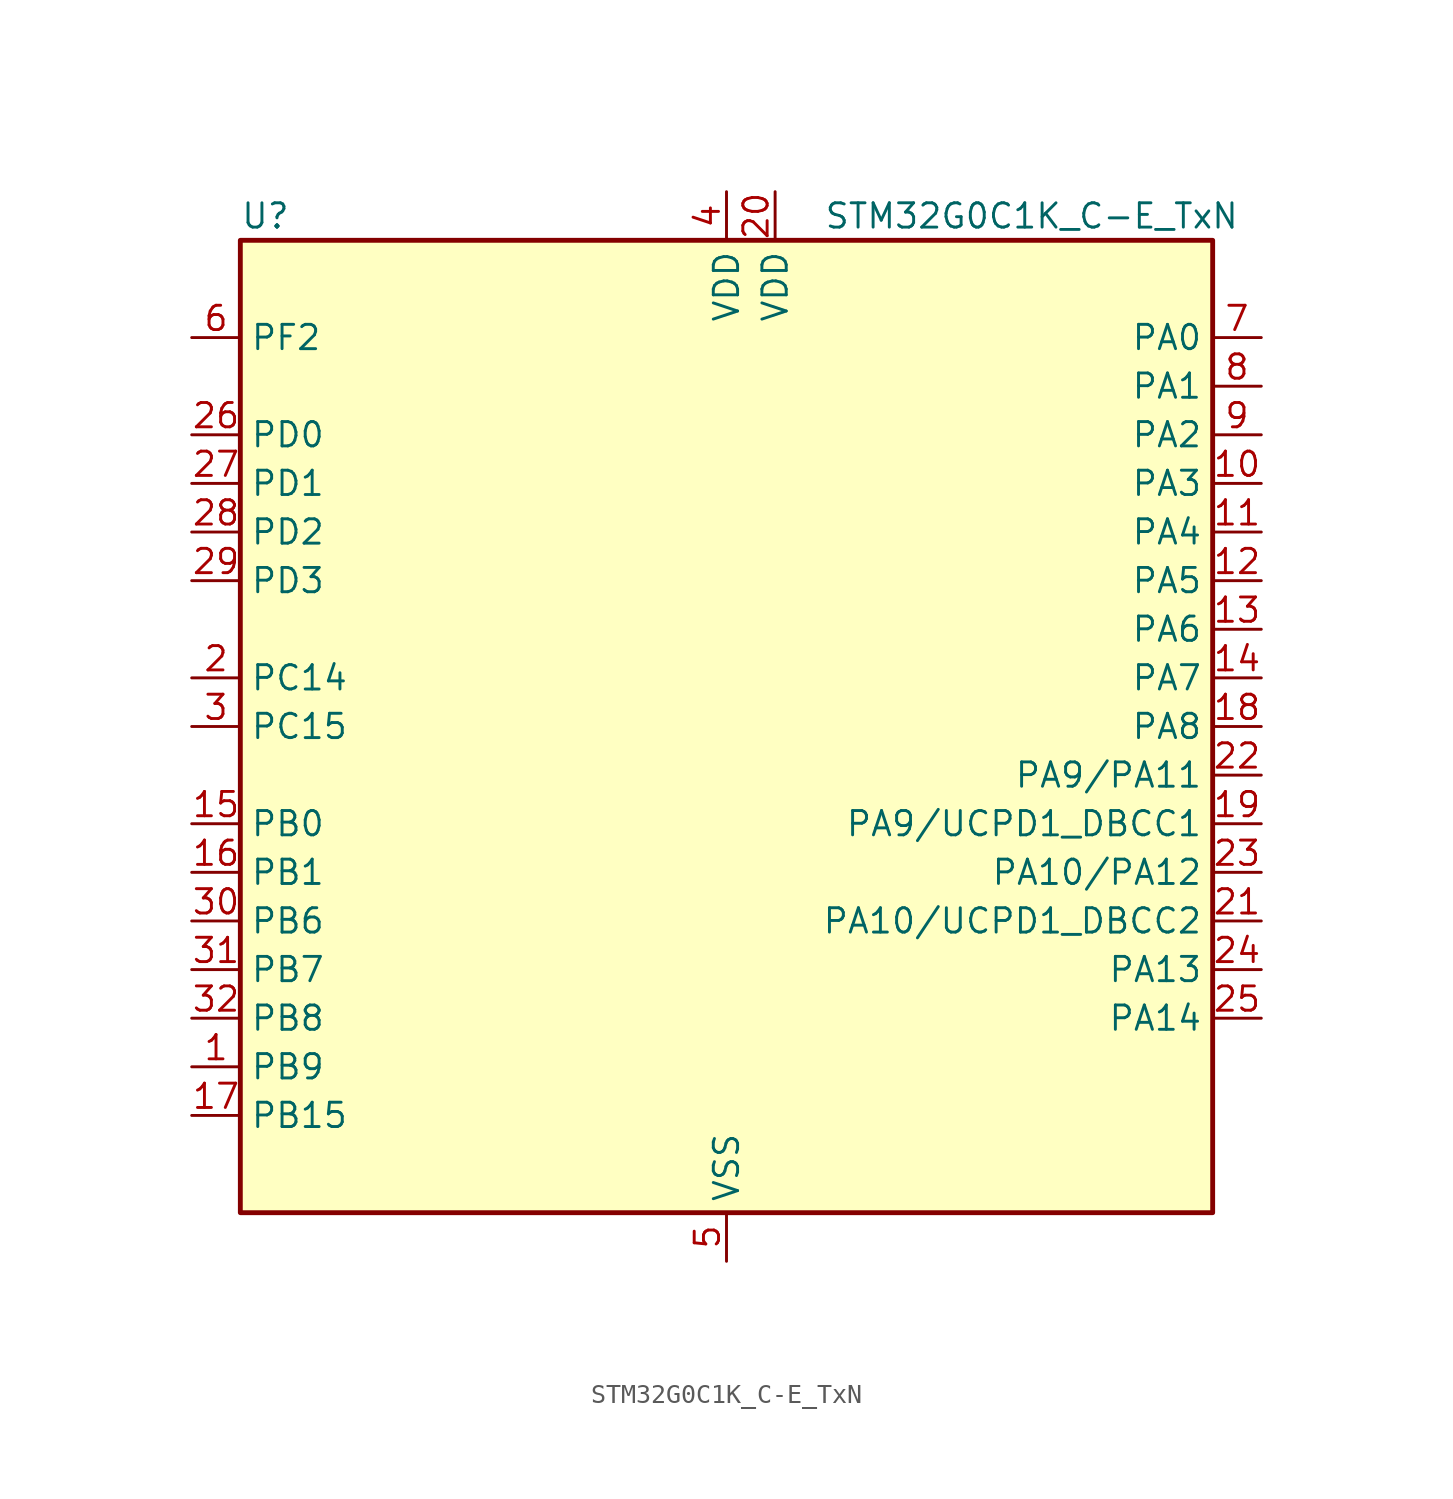
<source format=kicad_sym>
(kicad_symbol_lib
  (version 20231120)
  (generator "kicad-library-utils")
  (generator_version "8.0")
  (symbol "STM32G0C1K_C-E_TxN"
    (property "Reference" "U"
      (at -25.4 26.67 0)
      (effects (font (size 1.27 1.27)) (justify left)))
    (property "Value" "STM32G0C1K_C-E_TxN"
      (at 5.08 26.67 0)
      (effects (font (size 1.27 1.27)) (justify left)))
    (symbol "STM32G0C1K_C-E_TxN_0_1"
      (rectangle (start -25.4 -25.4) (end 25.4 25.4) (stroke (width 0.254) (type default)) (fill (type background))))
    (symbol "STM32G0C1K_C-E_TxN_1_1"
      (pin bidirectional line (at -27.94 -17.78 0) (length 2.54) (name "PB9" (effects (font (size 1.27 1.27)))) (number "1" (effects (font (size 1.27 1.27)))) (alternate "DAC1_EXTI9" bidirectional line) (alternate "FDCAN1_TX" bidirectional line) (alternate "I2C1_SDA" bidirectional line) (alternate "I2S2_WS" bidirectional line) (alternate "IR_OUT" bidirectional line) (alternate "SPI2_NSS" bidirectional line) (alternate "TIM17_CH1" bidirectional line) (alternate "TIM4_CH4" bidirectional line) (alternate "UCPD2_FRSTX1" bidirectional line) (alternate "UCPD2_FRSTX2" bidirectional line) (alternate "USART3_RX" bidirectional line) (alternate "USART6_RX" bidirectional line))
      (pin bidirectional line (at 27.94 12.7 180) (length 2.54) (name "PA3" (effects (font (size 1.27 1.27)))) (number "10" (effects (font (size 1.27 1.27)))) (alternate "ADC1_IN3" bidirectional line) (alternate "COMP2_INP" bidirectional line) (alternate "I2S2_MCK" bidirectional line) (alternate "LPUART1_RX" bidirectional line) (alternate "SPI2_MISO" bidirectional line) (alternate "TIM15_CH2" bidirectional line) (alternate "TIM2_CH4" bidirectional line) (alternate "UCPD2_FRSTX1" bidirectional line) (alternate "UCPD2_FRSTX2" bidirectional line) (alternate "USART2_RX" bidirectional line))
      (pin bidirectional line (at 27.94 10.16 180) (length 2.54) (name "PA4" (effects (font (size 1.27 1.27)))) (number "11" (effects (font (size 1.27 1.27)))) (alternate "ADC1_IN4" bidirectional line) (alternate "DAC1_OUT1" bidirectional line) (alternate "I2S1_WS" bidirectional line) (alternate "I2S2_SD" bidirectional line) (alternate "LPTIM2_OUT" bidirectional line) (alternate "RTC_OUT1" bidirectional line) (alternate "RTC_TAMP_IN1" bidirectional line) (alternate "RTC_TS" bidirectional line) (alternate "SPI1_NSS" bidirectional line) (alternate "SPI2_MOSI" bidirectional line) (alternate "SYS_WKUP2" bidirectional line) (alternate "TIM14_CH1" bidirectional line) (alternate "UCPD2_FRSTX1" bidirectional line) (alternate "UCPD2_FRSTX2" bidirectional line) (alternate "USART6_TX" bidirectional line) (alternate "USB_NOE" bidirectional line))
      (pin bidirectional line (at 27.94 7.62 180) (length 2.54) (name "PA5" (effects (font (size 1.27 1.27)))) (number "12" (effects (font (size 1.27 1.27)))) (alternate "ADC1_IN5" bidirectional line) (alternate "CEC" bidirectional line) (alternate "DAC1_OUT2" bidirectional line) (alternate "I2S1_CK" bidirectional line) (alternate "LPTIM2_ETR" bidirectional line) (alternate "SPI1_SCK" bidirectional line) (alternate "TIM2_CH1" bidirectional line) (alternate "TIM2_ETR" bidirectional line) (alternate "UCPD1_FRSTX1" bidirectional line) (alternate "UCPD1_FRSTX2" bidirectional line) (alternate "USART3_TX" bidirectional line) (alternate "USART6_RX" bidirectional line))
      (pin bidirectional line (at 27.94 5.08 180) (length 2.54) (name "PA6" (effects (font (size 1.27 1.27)))) (number "13" (effects (font (size 1.27 1.27)))) (alternate "ADC1_IN6" bidirectional line) (alternate "COMP1_OUT" bidirectional line) (alternate "I2C2_SDA" bidirectional line) (alternate "I2C3_SDA" bidirectional line) (alternate "I2S1_MCK" bidirectional line) (alternate "LPUART1_CTS" bidirectional line) (alternate "SPI1_MISO" bidirectional line) (alternate "TIM16_CH1" bidirectional line) (alternate "TIM1_BK" bidirectional line) (alternate "TIM3_CH1" bidirectional line) (alternate "USART3_CTS" bidirectional line) (alternate "USART3_NSS" bidirectional line) (alternate "USART6_CTS" bidirectional line) (alternate "USART6_NSS" bidirectional line))
      (pin bidirectional line (at 27.94 2.54 180) (length 2.54) (name "PA7" (effects (font (size 1.27 1.27)))) (number "14" (effects (font (size 1.27 1.27)))) (alternate "ADC1_IN7" bidirectional line) (alternate "COMP2_OUT" bidirectional line) (alternate "I2C2_SCL" bidirectional line) (alternate "I2C3_SCL" bidirectional line) (alternate "I2S1_SD" bidirectional line) (alternate "SPI1_MOSI" bidirectional line) (alternate "TIM14_CH1" bidirectional line) (alternate "TIM17_CH1" bidirectional line) (alternate "TIM1_CH1N" bidirectional line) (alternate "TIM3_CH2" bidirectional line) (alternate "UCPD1_FRSTX1" bidirectional line) (alternate "UCPD1_FRSTX2" bidirectional line) (alternate "USART6_CK" bidirectional line) (alternate "USART6_DE" bidirectional line) (alternate "USART6_RTS" bidirectional line))
      (pin bidirectional line (at -27.94 -5.08 0) (length 2.54) (name "PB0" (effects (font (size 1.27 1.27)))) (number "15" (effects (font (size 1.27 1.27)))) (alternate "ADC1_IN8" bidirectional line) (alternate "COMP1_OUT" bidirectional line) (alternate "COMP3_INP" bidirectional line) (alternate "FDCAN2_RX" bidirectional line) (alternate "I2S1_WS" bidirectional line) (alternate "LPTIM1_OUT" bidirectional line) (alternate "LPUART2_CTS" bidirectional line) (alternate "SPI1_NSS" bidirectional line) (alternate "TIM1_CH2N" bidirectional line) (alternate "TIM3_CH3" bidirectional line) (alternate "UCPD1_FRSTX1" bidirectional line) (alternate "UCPD1_FRSTX2" bidirectional line) (alternate "USART3_RX" bidirectional line) (alternate "USART5_TX" bidirectional line))
      (pin bidirectional line (at -27.94 -7.62 0) (length 2.54) (name "PB1" (effects (font (size 1.27 1.27)))) (number "16" (effects (font (size 1.27 1.27)))) (alternate "ADC1_IN9" bidirectional line) (alternate "COMP1_INM" bidirectional line) (alternate "COMP3_OUT" bidirectional line) (alternate "FDCAN2_TX" bidirectional line) (alternate "LPTIM2_IN1" bidirectional line) (alternate "LPUART1_DE" bidirectional line) (alternate "LPUART1_RTS" bidirectional line) (alternate "LPUART2_DE" bidirectional line) (alternate "LPUART2_RTS" bidirectional line) (alternate "TIM14_CH1" bidirectional line) (alternate "TIM1_CH3N" bidirectional line) (alternate "TIM3_CH4" bidirectional line) (alternate "USART3_CK" bidirectional line) (alternate "USART3_DE" bidirectional line) (alternate "USART3_RTS" bidirectional line) (alternate "USART5_RX" bidirectional line))
      (pin bidirectional line (at -27.94 -20.32 0) (length 2.54) (name "PB15" (effects (font (size 1.27 1.27)))) (number "17" (effects (font (size 1.27 1.27)))) (alternate "I2S2_SD" bidirectional line) (alternate "RTC_REFIN" bidirectional line) (alternate "SPI2_MOSI" bidirectional line) (alternate "TIM15_CH1N" bidirectional line) (alternate "TIM15_CH2" bidirectional line) (alternate "TIM1_CH3N" bidirectional line) (alternate "UCPD1_CC2" bidirectional line) (alternate "USART6_CTS" bidirectional line) (alternate "USART6_NSS" bidirectional line))
      (pin bidirectional line (at 27.94 0 180) (length 2.54) (name "PA8" (effects (font (size 1.27 1.27)))) (number "18" (effects (font (size 1.27 1.27)))) (alternate "CRS1_SYNC" bidirectional line) (alternate "I2C2_SMBA" bidirectional line) (alternate "I2S2_WS" bidirectional line) (alternate "LPTIM2_OUT" bidirectional line) (alternate "RCC_MCO" bidirectional line) (alternate "SPI2_NSS" bidirectional line) (alternate "TIM1_CH1" bidirectional line) (alternate "UCPD1_CC1" bidirectional line))
      (pin bidirectional line (at 27.94 -5.08 180) (length 2.54) (name "PA9/UCPD1_DBCC1" (effects (font (size 1.27 1.27)))) (number "19" (effects (font (size 1.27 1.27)))) (alternate "PA9" bidirectional line) (alternate "DAC1_EXTI9 (PA9)" bidirectional line) (alternate "I2C1_SCL (PA9)" bidirectional line) (alternate "I2C2_SCL (PA9)" bidirectional line) (alternate "I2S2_MCK (PA9)" bidirectional line) (alternate "RCC_MCO (PA9)" bidirectional line) (alternate "SPI2_MISO (PA9)" bidirectional line) (alternate "TIM15_BK (PA9)" bidirectional line) (alternate "TIM1_CH2 (PA9)" bidirectional line) (alternate "UCPD1_DBCC1 (PA9)" bidirectional line) (alternate "USART1_TX (PA9)" bidirectional line) (alternate "UCPD1_DBCC1" bidirectional line) (alternate "UCPD1_DBCC1 (UCPD1_DBCC1)" bidirectional line))
      (pin bidirectional line (at -27.94 2.54 0) (length 2.54) (name "PC14" (effects (font (size 1.27 1.27)))) (number "2" (effects (font (size 1.27 1.27)))) (alternate "RCC_OSC32_IN" bidirectional line) (alternate "RCC_OSC_IN" bidirectional line) (alternate "TIM1_BK2" bidirectional line))
      (pin power_in line (at 2.54 27.94 270) (length 2.54) (name "VDD" (effects (font (size 1.27 1.27)))) (number "20" (effects (font (size 1.27 1.27)))))
      (pin bidirectional line (at 27.94 -10.16 180) (length 2.54) (name "PA10/UCPD1_DBCC2" (effects (font (size 1.27 1.27)))) (number "21" (effects (font (size 1.27 1.27)))) (alternate "PA10" bidirectional line) (alternate "I2C1_SDA (PA10)" bidirectional line) (alternate "I2C2_SDA (PA10)" bidirectional line) (alternate "I2S2_SD (PA10)" bidirectional line) (alternate "RCC_MCO_2 (PA10)" bidirectional line) (alternate "SPI2_MOSI (PA10)" bidirectional line) (alternate "TIM17_BK (PA10)" bidirectional line) (alternate "TIM1_CH3 (PA10)" bidirectional line) (alternate "UCPD1_DBCC2 (PA10)" bidirectional line) (alternate "USART1_RX (PA10)" bidirectional line) (alternate "UCPD1_DBCC2" bidirectional line) (alternate "UCPD1_DBCC2 (UCPD1_DBCC2)" bidirectional line))
      (pin bidirectional line (at 27.94 -2.54 180) (length 2.54) (name "PA9/PA11" (effects (font (size 1.27 1.27)))) (number "22" (effects (font (size 1.27 1.27)))) (alternate "PA9" bidirectional line) (alternate "DAC1_EXTI9 (PA9)" bidirectional line) (alternate "I2C1_SCL (PA9)" bidirectional line) (alternate "I2C2_SCL (PA9)" bidirectional line) (alternate "I2S2_MCK (PA9)" bidirectional line) (alternate "RCC_MCO (PA9)" bidirectional line) (alternate "SPI2_MISO (PA9)" bidirectional line) (alternate "TIM15_BK (PA9)" bidirectional line) (alternate "TIM1_CH2 (PA9)" bidirectional line) (alternate "UCPD1_DBCC1 (PA9)" bidirectional line) (alternate "USART1_TX (PA9)" bidirectional line) (alternate "PA11" bidirectional line) (alternate "ADC1_EXTI11 (PA11)" bidirectional line) (alternate "COMP1_OUT (PA11)" bidirectional line) (alternate "FDCAN1_RX (PA11)" bidirectional line) (alternate "I2C2_SCL (PA11)" bidirectional line) (alternate "I2S1_MCK (PA11)" bidirectional line) (alternate "SPI1_MISO (PA11)" bidirectional line) (alternate "TIM1_BK2 (PA11)" bidirectional line) (alternate "TIM1_CH4 (PA11)" bidirectional line) (alternate "USART1_CTS (PA11)" bidirectional line) (alternate "USART1_NSS (PA11)" bidirectional line) (alternate "USB_DM (PA11)" bidirectional line))
      (pin bidirectional line (at 27.94 -7.62 180) (length 2.54) (name "PA10/PA12" (effects (font (size 1.27 1.27)))) (number "23" (effects (font (size 1.27 1.27)))) (alternate "PA10" bidirectional line) (alternate "I2C1_SDA (PA10)" bidirectional line) (alternate "I2C2_SDA (PA10)" bidirectional line) (alternate "I2S2_SD (PA10)" bidirectional line) (alternate "RCC_MCO_2 (PA10)" bidirectional line) (alternate "SPI2_MOSI (PA10)" bidirectional line) (alternate "TIM17_BK (PA10)" bidirectional line) (alternate "TIM1_CH3 (PA10)" bidirectional line) (alternate "UCPD1_DBCC2 (PA10)" bidirectional line) (alternate "USART1_RX (PA10)" bidirectional line) (alternate "PA12" bidirectional line) (alternate "COMP2_OUT (PA12)" bidirectional line) (alternate "FDCAN1_TX (PA12)" bidirectional line) (alternate "I2C2_SDA (PA12)" bidirectional line) (alternate "I2S1_SD (PA12)" bidirectional line) (alternate "I2S_CKIN (PA12)" bidirectional line) (alternate "SPI1_MOSI (PA12)" bidirectional line) (alternate "TIM1_ETR (PA12)" bidirectional line) (alternate "USART1_CK (PA12)" bidirectional line) (alternate "USART1_DE (PA12)" bidirectional line) (alternate "USART1_RTS (PA12)" bidirectional line) (alternate "USB_DP (PA12)" bidirectional line))
      (pin bidirectional line (at 27.94 -12.7 180) (length 2.54) (name "PA13" (effects (font (size 1.27 1.27)))) (number "24" (effects (font (size 1.27 1.27)))) (alternate "IR_OUT" bidirectional line) (alternate "LPUART2_RX" bidirectional line) (alternate "SYS_SWDIO" bidirectional line) (alternate "USB_NOE" bidirectional line))
      (pin bidirectional line (at 27.94 -15.24 180) (length 2.54) (name "PA14" (effects (font (size 1.27 1.27)))) (number "25" (effects (font (size 1.27 1.27)))) (alternate "LPUART2_TX" bidirectional line) (alternate "SYS_SWCLK" bidirectional line) (alternate "USART2_TX" bidirectional line))
      (pin bidirectional line (at -27.94 15.24 0) (length 2.54) (name "PD0" (effects (font (size 1.27 1.27)))) (number "26" (effects (font (size 1.27 1.27)))) (alternate "FDCAN1_RX" bidirectional line) (alternate "I2S2_WS" bidirectional line) (alternate "SPI2_NSS" bidirectional line) (alternate "TIM16_CH1" bidirectional line) (alternate "UCPD2_CC1" bidirectional line))
      (pin bidirectional line (at -27.94 12.7 0) (length 2.54) (name "PD1" (effects (font (size 1.27 1.27)))) (number "27" (effects (font (size 1.27 1.27)))) (alternate "FDCAN1_TX" bidirectional line) (alternate "I2S2_CK" bidirectional line) (alternate "SPI2_SCK" bidirectional line) (alternate "TIM17_CH1" bidirectional line) (alternate "UCPD2_DBCC1" bidirectional line))
      (pin bidirectional line (at -27.94 10.16 0) (length 2.54) (name "PD2" (effects (font (size 1.27 1.27)))) (number "28" (effects (font (size 1.27 1.27)))) (alternate "TIM1_CH1N" bidirectional line) (alternate "TIM3_ETR" bidirectional line) (alternate "UCPD2_CC2" bidirectional line) (alternate "USART3_CK" bidirectional line) (alternate "USART3_DE" bidirectional line) (alternate "USART3_RTS" bidirectional line) (alternate "USART5_RX" bidirectional line))
      (pin bidirectional line (at -27.94 7.62 0) (length 2.54) (name "PD3" (effects (font (size 1.27 1.27)))) (number "29" (effects (font (size 1.27 1.27)))) (alternate "I2S2_MCK" bidirectional line) (alternate "SPI2_MISO" bidirectional line) (alternate "TIM1_CH2N" bidirectional line) (alternate "UCPD2_DBCC2" bidirectional line) (alternate "USART2_CTS" bidirectional line) (alternate "USART2_NSS" bidirectional line) (alternate "USART5_TX" bidirectional line))
      (pin bidirectional line (at -27.94 0 0) (length 2.54) (name "PC15" (effects (font (size 1.27 1.27)))) (number "3" (effects (font (size 1.27 1.27)))) (alternate "RCC_OSC32_EN" bidirectional line) (alternate "RCC_OSC32_OUT" bidirectional line) (alternate "RCC_OSC_EN" bidirectional line) (alternate "TIM15_BK" bidirectional line))
      (pin bidirectional line (at -27.94 -10.16 0) (length 2.54) (name "PB6" (effects (font (size 1.27 1.27)))) (number "30" (effects (font (size 1.27 1.27)))) (alternate "COMP2_INP" bidirectional line) (alternate "FDCAN2_TX" bidirectional line) (alternate "I2C1_SCL" bidirectional line) (alternate "I2S2_MCK" bidirectional line) (alternate "LPTIM1_ETR" bidirectional line) (alternate "LPUART2_TX" bidirectional line) (alternate "SPI2_MISO" bidirectional line) (alternate "TIM16_CH1N" bidirectional line) (alternate "TIM1_CH3" bidirectional line) (alternate "TIM4_CH1" bidirectional line) (alternate "USART1_TX" bidirectional line) (alternate "USART5_CTS" bidirectional line) (alternate "USART5_NSS" bidirectional line))
      (pin bidirectional line (at -27.94 -12.7 0) (length 2.54) (name "PB7" (effects (font (size 1.27 1.27)))) (number "31" (effects (font (size 1.27 1.27)))) (alternate "COMP2_INM" bidirectional line) (alternate "I2C1_SDA" bidirectional line) (alternate "I2S2_SD" bidirectional line) (alternate "LPTIM1_IN2" bidirectional line) (alternate "LPUART2_RX" bidirectional line) (alternate "SPI2_MOSI" bidirectional line) (alternate "SYS_PVD_IN" bidirectional line) (alternate "TIM17_CH1N" bidirectional line) (alternate "TIM4_CH2" bidirectional line) (alternate "USART1_RX" bidirectional line) (alternate "USART4_CTS" bidirectional line) (alternate "USART4_NSS" bidirectional line))
      (pin bidirectional line (at -27.94 -15.24 0) (length 2.54) (name "PB8" (effects (font (size 1.27 1.27)))) (number "32" (effects (font (size 1.27 1.27)))) (alternate "CEC" bidirectional line) (alternate "FDCAN1_RX" bidirectional line) (alternate "I2C1_SCL" bidirectional line) (alternate "I2S2_CK" bidirectional line) (alternate "SPI2_SCK" bidirectional line) (alternate "TIM15_BK" bidirectional line) (alternate "TIM16_CH1" bidirectional line) (alternate "TIM4_CH3" bidirectional line) (alternate "USART3_TX" bidirectional line) (alternate "USART6_TX" bidirectional line))
      (pin power_in line (at 0 27.94 270) (length 2.54) (name "VDD" (effects (font (size 1.27 1.27)))) (number "4" (effects (font (size 1.27 1.27)))))
      (pin power_in line (at 0 -27.94 90) (length 2.54) (name "VSS" (effects (font (size 1.27 1.27)))) (number "5" (effects (font (size 1.27 1.27)))))
      (pin bidirectional line (at -27.94 20.32 0) (length 2.54) (name "PF2" (effects (font (size 1.27 1.27)))) (number "6" (effects (font (size 1.27 1.27)))) (alternate "LPUART2_DE" bidirectional line) (alternate "LPUART2_RTS" bidirectional line) (alternate "LPUART2_TX" bidirectional line) (alternate "RCC_MCO" bidirectional line))
      (pin bidirectional line (at 27.94 20.32 180) (length 2.54) (name "PA0" (effects (font (size 1.27 1.27)))) (number "7" (effects (font (size 1.27 1.27)))) (alternate "ADC1_IN0" bidirectional line) (alternate "COMP1_INM" bidirectional line) (alternate "COMP1_OUT" bidirectional line) (alternate "I2S2_CK" bidirectional line) (alternate "LPTIM1_OUT" bidirectional line) (alternate "RTC_TAMP_IN2" bidirectional line) (alternate "SPI2_SCK" bidirectional line) (alternate "SYS_WKUP1" bidirectional line) (alternate "TIM2_CH1" bidirectional line) (alternate "TIM2_ETR" bidirectional line) (alternate "UCPD2_FRSTX1" bidirectional line) (alternate "UCPD2_FRSTX2" bidirectional line) (alternate "USART2_CTS" bidirectional line) (alternate "USART2_NSS" bidirectional line) (alternate "USART4_TX" bidirectional line))
      (pin bidirectional line (at 27.94 17.78 180) (length 2.54) (name "PA1" (effects (font (size 1.27 1.27)))) (number "8" (effects (font (size 1.27 1.27)))) (alternate "ADC1_IN1" bidirectional line) (alternate "COMP1_INP" bidirectional line) (alternate "I2C1_SMBA" bidirectional line) (alternate "I2S1_CK" bidirectional line) (alternate "SPI1_SCK" bidirectional line) (alternate "TIM15_CH1N" bidirectional line) (alternate "TIM2_CH2" bidirectional line) (alternate "USART2_CK" bidirectional line) (alternate "USART2_DE" bidirectional line) (alternate "USART2_RTS" bidirectional line) (alternate "USART4_RX" bidirectional line))
      (pin bidirectional line (at 27.94 15.24 180) (length 2.54) (name "PA2" (effects (font (size 1.27 1.27)))) (number "9" (effects (font (size 1.27 1.27)))) (alternate "ADC1_IN2" bidirectional line) (alternate "COMP2_INM" bidirectional line) (alternate "COMP2_OUT" bidirectional line) (alternate "I2S1_SD" bidirectional line) (alternate "LPUART1_TX" bidirectional line) (alternate "RCC_LSCO" bidirectional line) (alternate "SPI1_MOSI" bidirectional line) (alternate "SYS_WKUP4" bidirectional line) (alternate "TIM15_CH1" bidirectional line) (alternate "TIM2_CH3" bidirectional line) (alternate "UCPD1_FRSTX1" bidirectional line) (alternate "UCPD1_FRSTX2" bidirectional line) (alternate "USART2_TX" bidirectional line)))))
</source>
